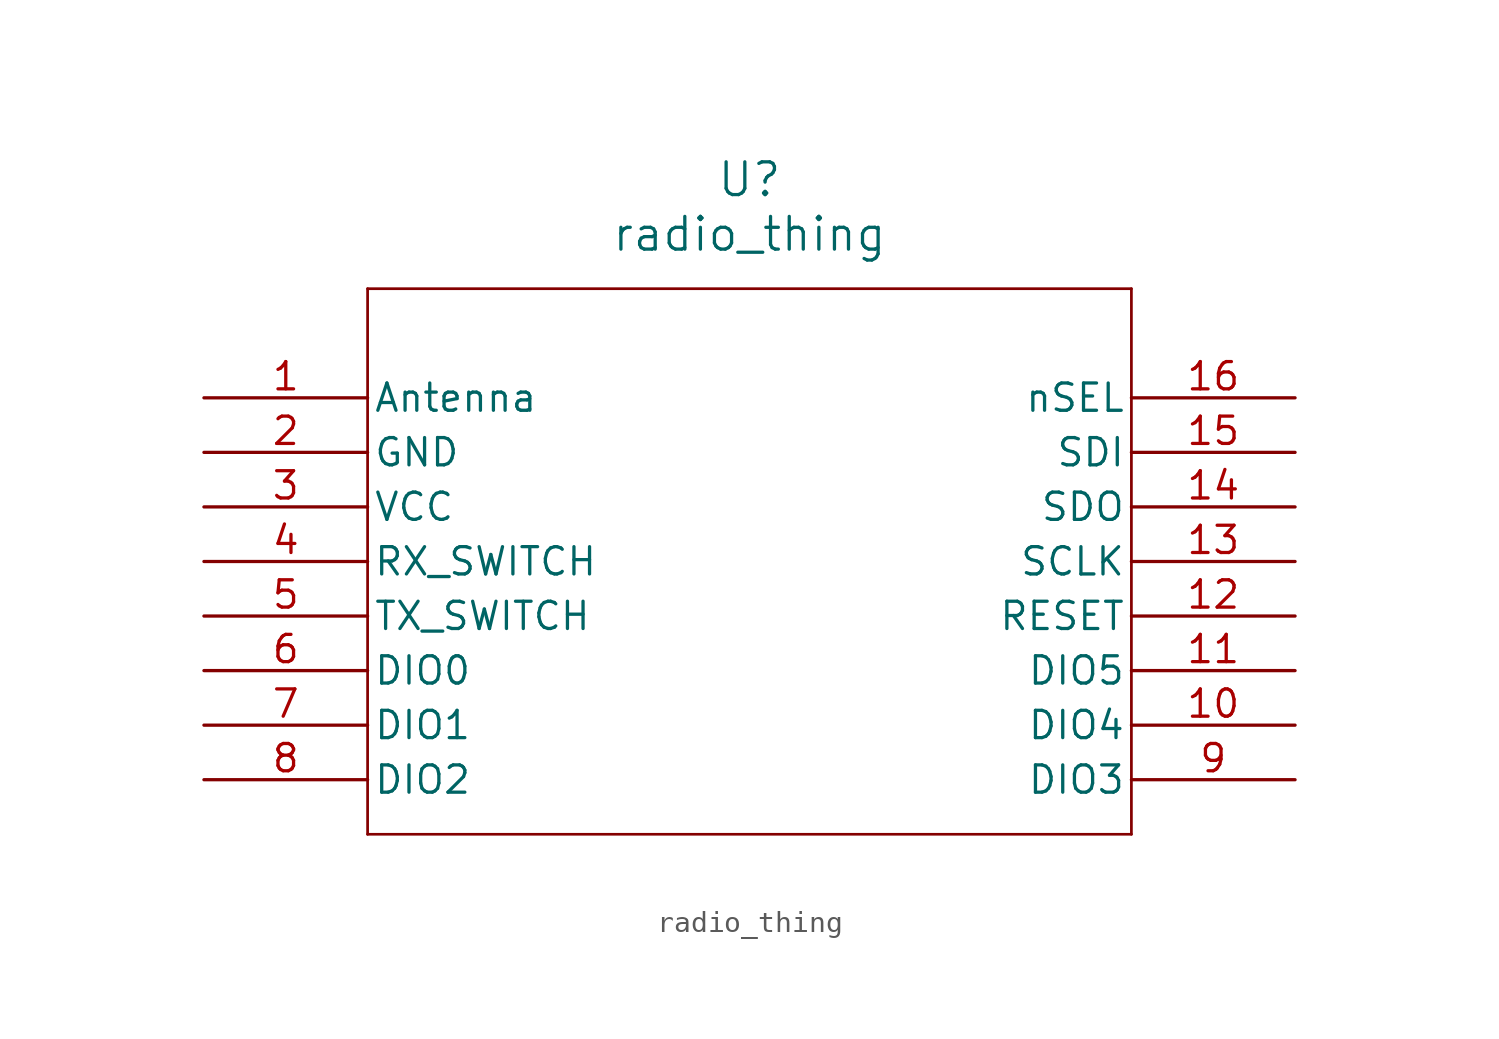
<source format=kicad_sym>
(kicad_symbol_lib
  (version 20241209)
  (generator "kicad_symbol_editor")
  (generator_version "9.0")
  (symbol "radio_thing"
    (pin_names
      (offset 0.254))
    (property "Reference" "U"
      (at 25.4 10.16 0)
      (effects (font (size 1.524 1.524))))
    (property "Value" "radio_thing"
      (at 25.4 7.62 0)
      (effects (font (size 1.524 1.524))))
    (property "ki_locked" ""
      (at 0 0 0)
      (effects (font (size 1.27 1.27))))
    (symbol "radio_thing_0_1"
      (polyline (pts (xy 7.62 5.08) (xy 7.62 -20.32)) (stroke (width 0.127) (type default)) (fill (type none)))
      (polyline (pts (xy 7.62 -20.32) (xy 43.18 -20.32)) (stroke (width 0.127) (type default)) (fill (type none)))
      (polyline (pts (xy 43.18 5.08) (xy 7.62 5.08)) (stroke (width 0.127) (type default)) (fill (type none)))
      (polyline (pts (xy 43.18 -20.32) (xy 43.18 5.08)) (stroke (width 0.127) (type default)) (fill (type none)))
      (pin power_in line (at 0 0 0) (length 7.62) (name "Antenna" (effects (font (size 1.27 1.27)))) (number "1" (effects (font (size 1.27 1.27)))))
      (pin power_out line (at 0 -2.54 0) (length 7.62) (name "GND" (effects (font (size 1.27 1.27)))) (number "2" (effects (font (size 1.27 1.27)))))
      (pin unspecified line (at 0 -5.08 0) (length 7.62) (name "VCC" (effects (font (size 1.27 1.27)))) (number "3" (effects (font (size 1.27 1.27))))))
    (symbol "radio_thing_1_1"
      (pin unspecified line (at 0 -7.62 0) (length 7.62) (name "RX_SWITCH" (effects (font (size 1.27 1.27)))) (number "4" (effects (font (size 1.27 1.27)))))
      (pin unspecified line (at 0 -10.16 0) (length 7.62) (name "TX_SWITCH" (effects (font (size 1.27 1.27)))) (number "5" (effects (font (size 1.27 1.27)))))
      (pin bidirectional line (at 0 -12.7 0) (length 7.62) (name "DIO0" (effects (font (size 1.27 1.27)))) (number "6" (effects (font (size 1.27 1.27)))))
      (pin bidirectional line (at 0 -15.24 0) (length 7.62) (name "DIO1" (effects (font (size 1.27 1.27)))) (number "7" (effects (font (size 1.27 1.27)))))
      (pin bidirectional line (at 0 -17.78 0) (length 7.62) (name "DIO2" (effects (font (size 1.27 1.27)))) (number "8" (effects (font (size 1.27 1.27)))))
      (pin unspecified line (at 50.8 0 180) (length 7.62) (name "nSEL" (effects (font (size 1.27 1.27)))) (number "16" (effects (font (size 1.27 1.27)))))
      (pin unspecified line (at 50.8 -2.54 180) (length 7.62) (name "SDI" (effects (font (size 1.27 1.27)))) (number "15" (effects (font (size 1.27 1.27)))))
      (pin unspecified line (at 50.8 -5.08 180) (length 7.62) (name "SDO" (effects (font (size 1.27 1.27)))) (number "14" (effects (font (size 1.27 1.27)))))
      (pin unspecified line (at 50.8 -7.62 180) (length 7.62) (name "SCLK" (effects (font (size 1.27 1.27)))) (number "13" (effects (font (size 1.27 1.27)))))
      (pin unspecified line (at 50.8 -10.16 180) (length 7.62) (name "RESET" (effects (font (size 1.27 1.27)))) (number "12" (effects (font (size 1.27 1.27)))))
      (pin bidirectional line (at 50.8 -12.7 180) (length 7.62) (name "DIO5" (effects (font (size 1.27 1.27)))) (number "11" (effects (font (size 1.27 1.27)))))
      (pin bidirectional line (at 50.8 -15.24 180) (length 7.62) (name "DIO4" (effects (font (size 1.27 1.27)))) (number "10" (effects (font (size 1.27 1.27)))))
      (pin bidirectional line (at 50.8 -17.78 180) (length 7.62) (name "DIO3" (effects (font (size 1.27 1.27)))) (number "9" (effects (font (size 1.27 1.27))))))))
</source>
